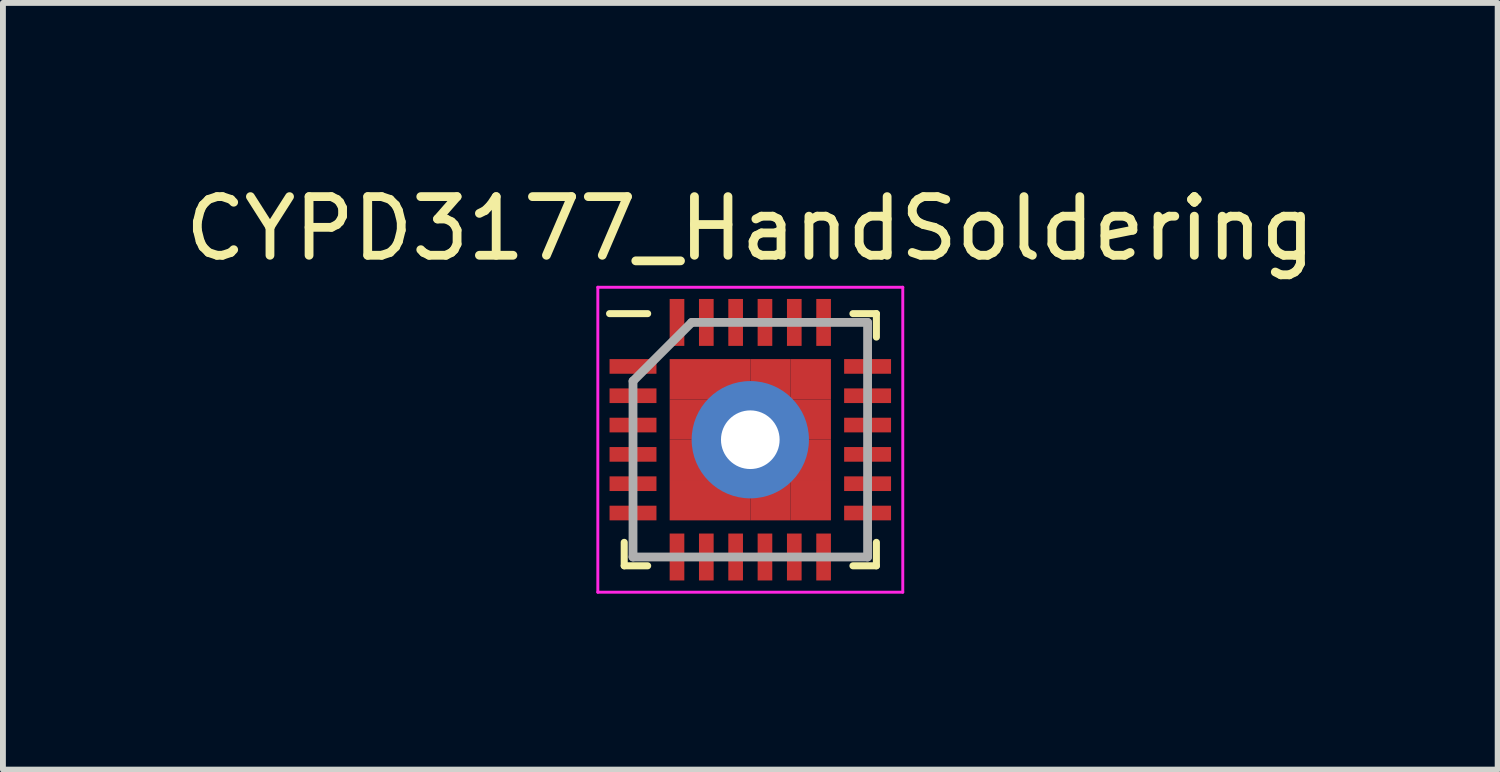
<source format=kicad_pcb>
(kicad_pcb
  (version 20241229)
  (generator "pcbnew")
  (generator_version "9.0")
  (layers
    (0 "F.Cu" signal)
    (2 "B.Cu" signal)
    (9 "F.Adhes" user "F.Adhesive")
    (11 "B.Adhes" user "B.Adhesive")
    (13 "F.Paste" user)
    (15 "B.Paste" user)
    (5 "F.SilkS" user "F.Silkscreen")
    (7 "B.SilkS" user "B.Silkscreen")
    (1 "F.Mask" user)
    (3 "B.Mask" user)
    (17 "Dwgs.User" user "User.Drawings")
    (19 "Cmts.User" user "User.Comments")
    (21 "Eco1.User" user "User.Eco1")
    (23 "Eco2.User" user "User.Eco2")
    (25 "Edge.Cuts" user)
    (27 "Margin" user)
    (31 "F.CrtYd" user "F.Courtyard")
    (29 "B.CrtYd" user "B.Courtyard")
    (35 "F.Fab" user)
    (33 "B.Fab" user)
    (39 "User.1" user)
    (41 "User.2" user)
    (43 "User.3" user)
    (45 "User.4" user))
  (footprint "CYPD3177_HandSoldering"
    (layer "F.Cu")
    (at 9.744 4.448)
    (property "Reference" "CYPD3177_HandSoldering" (at 0 -3.6 0) (layer "F.SilkS") (effects (font (size 1 1) (thickness 0.15))))
    (attr smd)
    (fp_line (start -2.15 2.15) (end -2.15 1.75) (stroke (width 0.12) (type solid)) (layer "F.SilkS"))
    (fp_line (start -1.75 -2.15) (end -2.4 -2.15) (stroke (width 0.12) (type solid)) (layer "F.SilkS"))
    (fp_line (start -1.75 2.15) (end -2.15 2.15) (stroke (width 0.12) (type solid)) (layer "F.SilkS"))
    (fp_line (start 1.75 -2.15) (end 2.15 -2.15) (stroke (width 0.12) (type solid)) (layer "F.SilkS"))
    (fp_line (start 1.75 2.15) (end 2.15 2.15) (stroke (width 0.12) (type solid)) (layer "F.SilkS"))
    (fp_line (start 2.15 -2.15) (end 2.15 -1.75) (stroke (width 0.12) (type solid)) (layer "F.SilkS"))
    (fp_line (start 2.15 2.15) (end 2.15 1.75) (stroke (width 0.12) (type solid)) (layer "F.SilkS"))
    (fp_line (start -2.6 -2.6) (end 2.6 -2.6) (stroke (width 0.05) (type solid)) (layer "F.CrtYd"))
    (fp_line (start -2.6 2.6) (end -2.6 -2.6) (stroke (width 0.05) (type solid)) (layer "F.CrtYd"))
    (fp_line (start 2.6 -2.6) (end 2.6 2.6) (stroke (width 0.05) (type solid)) (layer "F.CrtYd"))
    (fp_line (start 2.6 2.6) (end -2.6 2.6) (stroke (width 0.05) (type solid)) (layer "F.CrtYd"))
    (fp_line (start -2 -1) (end -2 2) (stroke (width 0.15) (type solid)) (layer "F.Fab"))
    (fp_line (start -2 2) (end 2 2) (stroke (width 0.15) (type solid)) (layer "F.Fab"))
    (fp_line (start -1 -2) (end -2 -1) (stroke (width 0.15) (type solid)) (layer "F.Fab"))
    (fp_line (start 2 -2) (end -1 -2) (stroke (width 0.15) (type solid)) (layer "F.Fab"))
    (fp_line (start 2 2) (end 2 -2) (stroke (width 0.15) (type solid)) (layer "F.Fab"))
    (pad "1" smd rect (at -2 -1.25 90) (size 0.25 0.8) (layers "F.Cu" "F.Mask" "F.Paste"))
    (pad "2" smd rect (at -2 -0.75 90) (size 0.25 0.8) (layers "F.Cu" "F.Mask" "F.Paste"))
    (pad "3" smd rect (at -2 -0.25 90) (size 0.25 0.8) (layers "F.Cu" "F.Mask" "F.Paste"))
    (pad "4" smd rect (at -2 0.25 90) (size 0.25 0.8) (layers "F.Cu" "F.Mask" "F.Paste"))
    (pad "5" smd rect (at -2 0.75 90) (size 0.25 0.8) (layers "F.Cu" "F.Mask" "F.Paste"))
    (pad "6" smd rect (at -2 1.25 90) (size 0.25 0.8) (layers "F.Cu" "F.Mask" "F.Paste"))
    (pad "7" smd rect (at -1.25 2) (size 0.25 0.8) (layers "F.Cu" "F.Mask" "F.Paste"))
    (pad "8" smd rect (at -0.75 2) (size 0.25 0.8) (layers "F.Cu" "F.Mask" "F.Paste"))
    (pad "9" smd rect (at -0.25 2) (size 0.25 0.8) (layers "F.Cu" "F.Mask" "F.Paste"))
    (pad "10" smd rect (at 0.25 2) (size 0.25 0.8) (layers "F.Cu" "F.Mask" "F.Paste"))
    (pad "11" smd rect (at 0.75 2) (size 0.25 0.8) (layers "F.Cu" "F.Mask" "F.Paste"))
    (pad "12" smd rect (at 1.25 2) (size 0.25 0.8) (layers "F.Cu" "F.Mask" "F.Paste"))
    (pad "13" smd rect (at 2 1.25 90) (size 0.25 0.8) (layers "F.Cu" "F.Mask" "F.Paste"))
    (pad "14" smd rect (at 2 0.75 90) (size 0.25 0.8) (layers "F.Cu" "F.Mask" "F.Paste"))
    (pad "15" smd rect (at 2 0.25 90) (size 0.25 0.8) (layers "F.Cu" "F.Mask" "F.Paste"))
    (pad "16" smd rect (at 2 -0.25 90) (size 0.25 0.8) (layers "F.Cu" "F.Mask" "F.Paste"))
    (pad "17" smd rect (at 2 -0.75 90) (size 0.25 0.8) (layers "F.Cu" "F.Mask" "F.Paste"))
    (pad "18" smd rect (at 2 -1.25 90) (size 0.25 0.8) (layers "F.Cu" "F.Mask" "F.Paste"))
    (pad "19" smd rect (at 1.25 -2) (size 0.25 0.8) (layers "F.Cu" "F.Mask" "F.Paste"))
    (pad "20" smd rect (at 0.75 -2) (size 0.25 0.8) (layers "F.Cu" "F.Mask" "F.Paste"))
    (pad "21" smd rect (at 0.25 -2) (size 0.25 0.8) (layers "F.Cu" "F.Mask" "F.Paste"))
    (pad "22" smd rect (at -0.25 -2) (size 0.25 0.8) (layers "F.Cu" "F.Mask" "F.Paste"))
    (pad "23" smd rect (at -0.75 -2) (size 0.25 0.8) (layers "F.Cu" "F.Mask" "F.Paste"))
    (pad "24" smd rect (at -1.25 -2) (size 0.25 0.8) (layers "F.Cu" "F.Mask" "F.Paste"))
    (pad "25" smd rect (at -1.031 -1.031) (size 0.688 0.688) (layers "F.Cu" "F.Mask" "F.Paste"))
    (pad "25" smd rect (at -1.031 -0.344) (size 0.688 0.688) (layers "F.Cu" "F.Mask" "F.Paste"))
    (pad "25" smd rect (at -1.031 0.344) (size 0.688 0.688) (layers "F.Cu" "F.Mask" "F.Paste"))
    (pad "25" smd rect (at -1.031 1.031) (size 0.688 0.688) (layers "F.Cu" "F.Mask" "F.Paste"))
    (pad "25" smd rect (at -0.344 -1.031) (size 0.688 0.688) (layers "F.Cu" "F.Mask" "F.Paste"))
    (pad "25" smd rect (at -0.344 -0.344) (size 0.688 0.688) (layers "F.Cu" "F.Mask" "F.Paste"))
    (pad "25" smd rect (at -0.344 0.344) (size 0.688 0.688) (layers "F.Cu" "F.Mask" "F.Paste"))
    (pad "25" smd rect (at -0.344 1.031) (size 0.688 0.688) (layers "F.Cu" "F.Mask" "F.Paste"))
    (pad "25" thru_hole circle (at 0 0) (size 2 2) (drill 1) (layers "*.Cu" "*.Mask"))
    (pad "25" smd rect (at 0.344 -1.031) (size 0.688 0.688) (layers "F.Cu" "F.Mask" "F.Paste"))
    (pad "25" smd rect (at 0.344 -0.344) (size 0.688 0.688) (layers "F.Cu" "F.Mask" "F.Paste"))
    (pad "25" smd rect (at 0.344 0.344) (size 0.688 0.688) (layers "F.Cu" "F.Mask" "F.Paste"))
    (pad "25" smd rect (at 0.344 1.031) (size 0.688 0.688) (layers "F.Cu" "F.Mask" "F.Paste"))
    (pad "25" smd rect (at 1.031 -1.031) (size 0.688 0.688) (layers "F.Cu" "F.Mask" "F.Paste"))
    (pad "25" smd rect (at 1.031 -0.344) (size 0.688 0.688) (layers "F.Cu" "F.Mask" "F.Paste"))
    (pad "25" smd rect (at 1.031 0.344) (size 0.688 0.688) (layers "F.Cu" "F.Mask" "F.Paste"))
    (pad "25" smd rect (at 1.031 1.031) (size 0.688 0.688) (layers "F.Cu" "F.Mask" "F.Paste")))
  (gr_rect
    (start -3 -3)
    (end 22.488 10.073)
    (stroke (width 0.1) (type default))
    (fill no)
    (layer "Edge.Cuts")))
</source>
